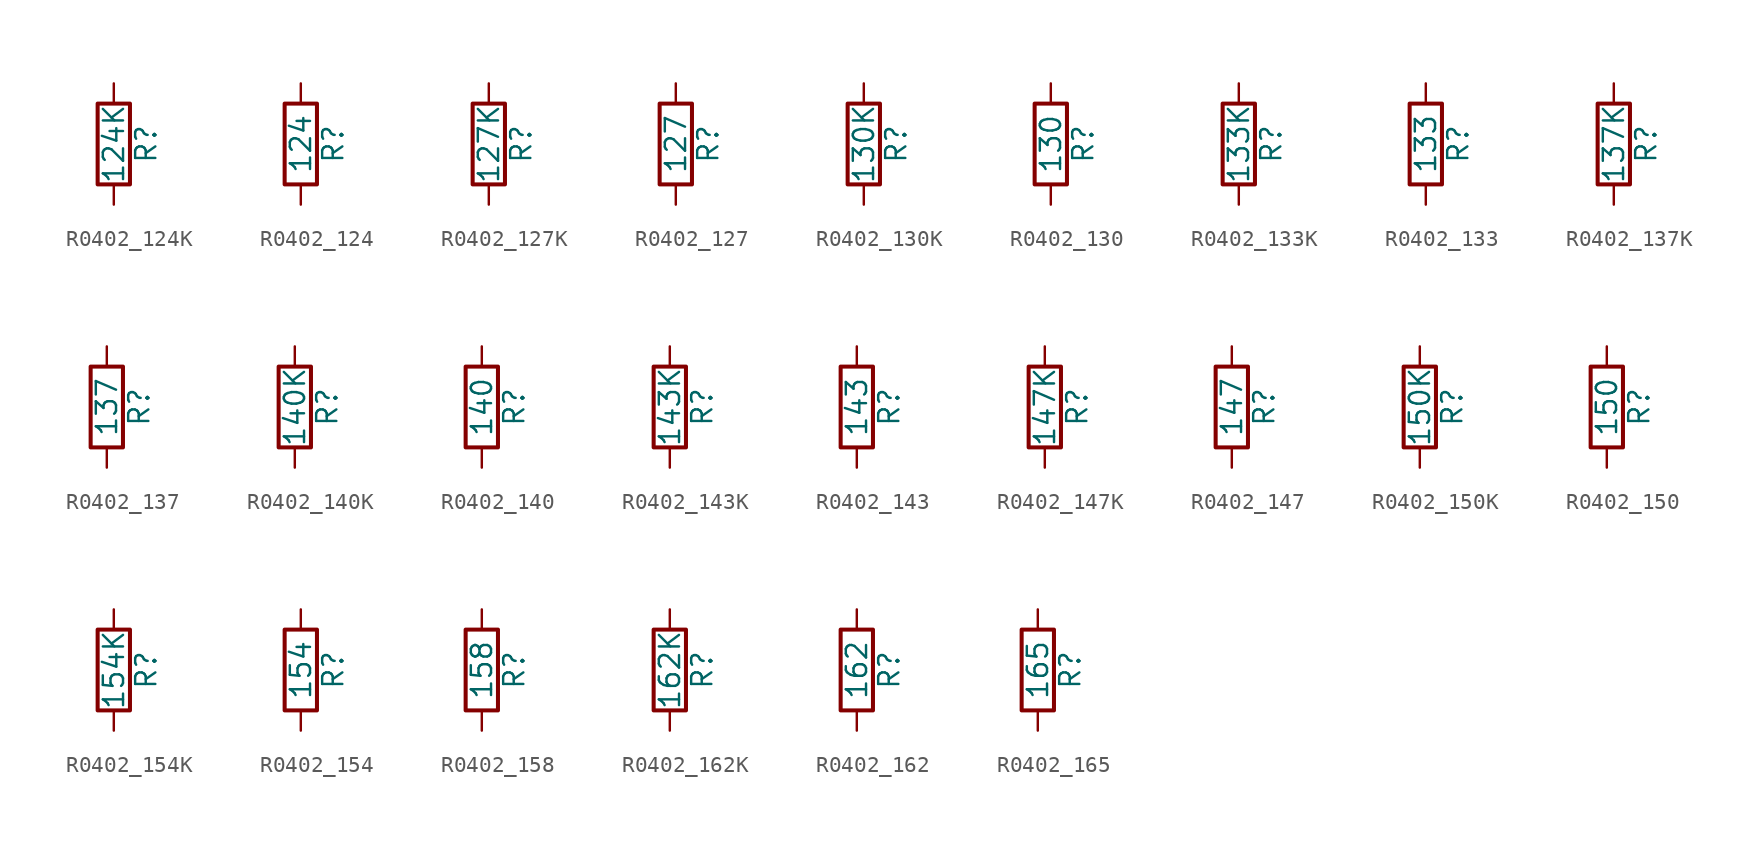
<source format=kicad_sym>
(kicad_symbol_lib
  (version 20211014)
  (generator atlantix-eda)
  (symbol "R0402_124K"
    (pin_numbers hide)
    (pin_names
      (offset 0))
    (property "Reference" "R"
      (at 2.032 0 90)
      (effects (font (size 1.27 1.27))))
    (property "Value" "124K"
      (at 0 0 90)
      (effects (font (size 1.27 1.27))))
    (symbol "R0402_124K_0_1"
      (rectangle (start -1.016 -2.54) (end 1.016 2.54) (stroke (width 0.254) (type default) (color 0 0 0 0)) (fill (type none))))
    (symbol "R0402_124K_1_1"
      (pin passive line (at 0 3.81 270) (length 1.27) (name "~" (effects (font (size 1.27 1.27)))) (number "1" (effects (font (size 1.27 1.27)))))
      (pin passive line (at 0 -3.81 90) (length 1.27) (name "~" (effects (font (size 1.27 1.27)))) (number "2" (effects (font (size 1.27 1.27)))))))
  (symbol "R0402_124"
    (pin_numbers hide)
    (pin_names
      (offset 0))
    (property "Reference" "R"
      (at 2.032 0 90)
      (effects (font (size 1.27 1.27))))
    (property "Value" "124"
      (at 0 0 90)
      (effects (font (size 1.27 1.27))))
    (symbol "R0402_124_0_1"
      (rectangle (start -1.016 -2.54) (end 1.016 2.54) (stroke (width 0.254) (type default) (color 0 0 0 0)) (fill (type none))))
    (symbol "R0402_124_1_1"
      (pin passive line (at 0 3.81 270) (length 1.27) (name "~" (effects (font (size 1.27 1.27)))) (number "1" (effects (font (size 1.27 1.27)))))
      (pin passive line (at 0 -3.81 90) (length 1.27) (name "~" (effects (font (size 1.27 1.27)))) (number "2" (effects (font (size 1.27 1.27)))))))
  (symbol "R0402_127K"
    (pin_numbers hide)
    (pin_names
      (offset 0))
    (property "Reference" "R"
      (at 2.032 0 90)
      (effects (font (size 1.27 1.27))))
    (property "Value" "127K"
      (at 0 0 90)
      (effects (font (size 1.27 1.27))))
    (symbol "R0402_127K_0_1"
      (rectangle (start -1.016 -2.54) (end 1.016 2.54) (stroke (width 0.254) (type default) (color 0 0 0 0)) (fill (type none))))
    (symbol "R0402_127K_1_1"
      (pin passive line (at 0 3.81 270) (length 1.27) (name "~" (effects (font (size 1.27 1.27)))) (number "1" (effects (font (size 1.27 1.27)))))
      (pin passive line (at 0 -3.81 90) (length 1.27) (name "~" (effects (font (size 1.27 1.27)))) (number "2" (effects (font (size 1.27 1.27)))))))
  (symbol "R0402_127"
    (pin_numbers hide)
    (pin_names
      (offset 0))
    (property "Reference" "R"
      (at 2.032 0 90)
      (effects (font (size 1.27 1.27))))
    (property "Value" "127"
      (at 0 0 90)
      (effects (font (size 1.27 1.27))))
    (symbol "R0402_127_0_1"
      (rectangle (start -1.016 -2.54) (end 1.016 2.54) (stroke (width 0.254) (type default) (color 0 0 0 0)) (fill (type none))))
    (symbol "R0402_127_1_1"
      (pin passive line (at 0 3.81 270) (length 1.27) (name "~" (effects (font (size 1.27 1.27)))) (number "1" (effects (font (size 1.27 1.27)))))
      (pin passive line (at 0 -3.81 90) (length 1.27) (name "~" (effects (font (size 1.27 1.27)))) (number "2" (effects (font (size 1.27 1.27)))))))
  (symbol "R0402_130K"
    (pin_numbers hide)
    (pin_names
      (offset 0))
    (property "Reference" "R"
      (at 2.032 0 90)
      (effects (font (size 1.27 1.27))))
    (property "Value" "130K"
      (at 0 0 90)
      (effects (font (size 1.27 1.27))))
    (symbol "R0402_130K_0_1"
      (rectangle (start -1.016 -2.54) (end 1.016 2.54) (stroke (width 0.254) (type default) (color 0 0 0 0)) (fill (type none))))
    (symbol "R0402_130K_1_1"
      (pin passive line (at 0 3.81 270) (length 1.27) (name "~" (effects (font (size 1.27 1.27)))) (number "1" (effects (font (size 1.27 1.27)))))
      (pin passive line (at 0 -3.81 90) (length 1.27) (name "~" (effects (font (size 1.27 1.27)))) (number "2" (effects (font (size 1.27 1.27)))))))
  (symbol "R0402_130"
    (pin_numbers hide)
    (pin_names
      (offset 0))
    (property "Reference" "R"
      (at 2.032 0 90)
      (effects (font (size 1.27 1.27))))
    (property "Value" "130"
      (at 0 0 90)
      (effects (font (size 1.27 1.27))))
    (symbol "R0402_130_0_1"
      (rectangle (start -1.016 -2.54) (end 1.016 2.54) (stroke (width 0.254) (type default) (color 0 0 0 0)) (fill (type none))))
    (symbol "R0402_130_1_1"
      (pin passive line (at 0 3.81 270) (length 1.27) (name "~" (effects (font (size 1.27 1.27)))) (number "1" (effects (font (size 1.27 1.27)))))
      (pin passive line (at 0 -3.81 90) (length 1.27) (name "~" (effects (font (size 1.27 1.27)))) (number "2" (effects (font (size 1.27 1.27)))))))
  (symbol "R0402_133K"
    (pin_numbers hide)
    (pin_names
      (offset 0))
    (property "Reference" "R"
      (at 2.032 0 90)
      (effects (font (size 1.27 1.27))))
    (property "Value" "133K"
      (at 0 0 90)
      (effects (font (size 1.27 1.27))))
    (symbol "R0402_133K_0_1"
      (rectangle (start -1.016 -2.54) (end 1.016 2.54) (stroke (width 0.254) (type default) (color 0 0 0 0)) (fill (type none))))
    (symbol "R0402_133K_1_1"
      (pin passive line (at 0 3.81 270) (length 1.27) (name "~" (effects (font (size 1.27 1.27)))) (number "1" (effects (font (size 1.27 1.27)))))
      (pin passive line (at 0 -3.81 90) (length 1.27) (name "~" (effects (font (size 1.27 1.27)))) (number "2" (effects (font (size 1.27 1.27)))))))
  (symbol "R0402_133"
    (pin_numbers hide)
    (pin_names
      (offset 0))
    (property "Reference" "R"
      (at 2.032 0 90)
      (effects (font (size 1.27 1.27))))
    (property "Value" "133"
      (at 0 0 90)
      (effects (font (size 1.27 1.27))))
    (symbol "R0402_133_0_1"
      (rectangle (start -1.016 -2.54) (end 1.016 2.54) (stroke (width 0.254) (type default) (color 0 0 0 0)) (fill (type none))))
    (symbol "R0402_133_1_1"
      (pin passive line (at 0 3.81 270) (length 1.27) (name "~" (effects (font (size 1.27 1.27)))) (number "1" (effects (font (size 1.27 1.27)))))
      (pin passive line (at 0 -3.81 90) (length 1.27) (name "~" (effects (font (size 1.27 1.27)))) (number "2" (effects (font (size 1.27 1.27)))))))
  (symbol "R0402_137K"
    (pin_numbers hide)
    (pin_names
      (offset 0))
    (property "Reference" "R"
      (at 2.032 0 90)
      (effects (font (size 1.27 1.27))))
    (property "Value" "137K"
      (at 0 0 90)
      (effects (font (size 1.27 1.27))))
    (symbol "R0402_137K_0_1"
      (rectangle (start -1.016 -2.54) (end 1.016 2.54) (stroke (width 0.254) (type default) (color 0 0 0 0)) (fill (type none))))
    (symbol "R0402_137K_1_1"
      (pin passive line (at 0 3.81 270) (length 1.27) (name "~" (effects (font (size 1.27 1.27)))) (number "1" (effects (font (size 1.27 1.27)))))
      (pin passive line (at 0 -3.81 90) (length 1.27) (name "~" (effects (font (size 1.27 1.27)))) (number "2" (effects (font (size 1.27 1.27)))))))
  (symbol "R0402_137"
    (pin_numbers hide)
    (pin_names
      (offset 0))
    (property "Reference" "R"
      (at 2.032 0 90)
      (effects (font (size 1.27 1.27))))
    (property "Value" "137"
      (at 0 0 90)
      (effects (font (size 1.27 1.27))))
    (symbol "R0402_137_0_1"
      (rectangle (start -1.016 -2.54) (end 1.016 2.54) (stroke (width 0.254) (type default) (color 0 0 0 0)) (fill (type none))))
    (symbol "R0402_137_1_1"
      (pin passive line (at 0 3.81 270) (length 1.27) (name "~" (effects (font (size 1.27 1.27)))) (number "1" (effects (font (size 1.27 1.27)))))
      (pin passive line (at 0 -3.81 90) (length 1.27) (name "~" (effects (font (size 1.27 1.27)))) (number "2" (effects (font (size 1.27 1.27)))))))
  (symbol "R0402_140K"
    (pin_numbers hide)
    (pin_names
      (offset 0))
    (property "Reference" "R"
      (at 2.032 0 90)
      (effects (font (size 1.27 1.27))))
    (property "Value" "140K"
      (at 0 0 90)
      (effects (font (size 1.27 1.27))))
    (symbol "R0402_140K_0_1"
      (rectangle (start -1.016 -2.54) (end 1.016 2.54) (stroke (width 0.254) (type default) (color 0 0 0 0)) (fill (type none))))
    (symbol "R0402_140K_1_1"
      (pin passive line (at 0 3.81 270) (length 1.27) (name "~" (effects (font (size 1.27 1.27)))) (number "1" (effects (font (size 1.27 1.27)))))
      (pin passive line (at 0 -3.81 90) (length 1.27) (name "~" (effects (font (size 1.27 1.27)))) (number "2" (effects (font (size 1.27 1.27)))))))
  (symbol "R0402_140"
    (pin_numbers hide)
    (pin_names
      (offset 0))
    (property "Reference" "R"
      (at 2.032 0 90)
      (effects (font (size 1.27 1.27))))
    (property "Value" "140"
      (at 0 0 90)
      (effects (font (size 1.27 1.27))))
    (symbol "R0402_140_0_1"
      (rectangle (start -1.016 -2.54) (end 1.016 2.54) (stroke (width 0.254) (type default) (color 0 0 0 0)) (fill (type none))))
    (symbol "R0402_140_1_1"
      (pin passive line (at 0 3.81 270) (length 1.27) (name "~" (effects (font (size 1.27 1.27)))) (number "1" (effects (font (size 1.27 1.27)))))
      (pin passive line (at 0 -3.81 90) (length 1.27) (name "~" (effects (font (size 1.27 1.27)))) (number "2" (effects (font (size 1.27 1.27)))))))
  (symbol "R0402_143K"
    (pin_numbers hide)
    (pin_names
      (offset 0))
    (property "Reference" "R"
      (at 2.032 0 90)
      (effects (font (size 1.27 1.27))))
    (property "Value" "143K"
      (at 0 0 90)
      (effects (font (size 1.27 1.27))))
    (symbol "R0402_143K_0_1"
      (rectangle (start -1.016 -2.54) (end 1.016 2.54) (stroke (width 0.254) (type default) (color 0 0 0 0)) (fill (type none))))
    (symbol "R0402_143K_1_1"
      (pin passive line (at 0 3.81 270) (length 1.27) (name "~" (effects (font (size 1.27 1.27)))) (number "1" (effects (font (size 1.27 1.27)))))
      (pin passive line (at 0 -3.81 90) (length 1.27) (name "~" (effects (font (size 1.27 1.27)))) (number "2" (effects (font (size 1.27 1.27)))))))
  (symbol "R0402_143"
    (pin_numbers hide)
    (pin_names
      (offset 0))
    (property "Reference" "R"
      (at 2.032 0 90)
      (effects (font (size 1.27 1.27))))
    (property "Value" "143"
      (at 0 0 90)
      (effects (font (size 1.27 1.27))))
    (symbol "R0402_143_0_1"
      (rectangle (start -1.016 -2.54) (end 1.016 2.54) (stroke (width 0.254) (type default) (color 0 0 0 0)) (fill (type none))))
    (symbol "R0402_143_1_1"
      (pin passive line (at 0 3.81 270) (length 1.27) (name "~" (effects (font (size 1.27 1.27)))) (number "1" (effects (font (size 1.27 1.27)))))
      (pin passive line (at 0 -3.81 90) (length 1.27) (name "~" (effects (font (size 1.27 1.27)))) (number "2" (effects (font (size 1.27 1.27)))))))
  (symbol "R0402_147K"
    (pin_numbers hide)
    (pin_names
      (offset 0))
    (property "Reference" "R"
      (at 2.032 0 90)
      (effects (font (size 1.27 1.27))))
    (property "Value" "147K"
      (at 0 0 90)
      (effects (font (size 1.27 1.27))))
    (symbol "R0402_147K_0_1"
      (rectangle (start -1.016 -2.54) (end 1.016 2.54) (stroke (width 0.254) (type default) (color 0 0 0 0)) (fill (type none))))
    (symbol "R0402_147K_1_1"
      (pin passive line (at 0 3.81 270) (length 1.27) (name "~" (effects (font (size 1.27 1.27)))) (number "1" (effects (font (size 1.27 1.27)))))
      (pin passive line (at 0 -3.81 90) (length 1.27) (name "~" (effects (font (size 1.27 1.27)))) (number "2" (effects (font (size 1.27 1.27)))))))
  (symbol "R0402_147"
    (pin_numbers hide)
    (pin_names
      (offset 0))
    (property "Reference" "R"
      (at 2.032 0 90)
      (effects (font (size 1.27 1.27))))
    (property "Value" "147"
      (at 0 0 90)
      (effects (font (size 1.27 1.27))))
    (symbol "R0402_147_0_1"
      (rectangle (start -1.016 -2.54) (end 1.016 2.54) (stroke (width 0.254) (type default) (color 0 0 0 0)) (fill (type none))))
    (symbol "R0402_147_1_1"
      (pin passive line (at 0 3.81 270) (length 1.27) (name "~" (effects (font (size 1.27 1.27)))) (number "1" (effects (font (size 1.27 1.27)))))
      (pin passive line (at 0 -3.81 90) (length 1.27) (name "~" (effects (font (size 1.27 1.27)))) (number "2" (effects (font (size 1.27 1.27)))))))
  (symbol "R0402_150K"
    (pin_numbers hide)
    (pin_names
      (offset 0))
    (property "Reference" "R"
      (at 2.032 0 90)
      (effects (font (size 1.27 1.27))))
    (property "Value" "150K"
      (at 0 0 90)
      (effects (font (size 1.27 1.27))))
    (symbol "R0402_150K_0_1"
      (rectangle (start -1.016 -2.54) (end 1.016 2.54) (stroke (width 0.254) (type default) (color 0 0 0 0)) (fill (type none))))
    (symbol "R0402_150K_1_1"
      (pin passive line (at 0 3.81 270) (length 1.27) (name "~" (effects (font (size 1.27 1.27)))) (number "1" (effects (font (size 1.27 1.27)))))
      (pin passive line (at 0 -3.81 90) (length 1.27) (name "~" (effects (font (size 1.27 1.27)))) (number "2" (effects (font (size 1.27 1.27)))))))
  (symbol "R0402_150"
    (pin_numbers hide)
    (pin_names
      (offset 0))
    (property "Reference" "R"
      (at 2.032 0 90)
      (effects (font (size 1.27 1.27))))
    (property "Value" "150"
      (at 0 0 90)
      (effects (font (size 1.27 1.27))))
    (symbol "R0402_150_0_1"
      (rectangle (start -1.016 -2.54) (end 1.016 2.54) (stroke (width 0.254) (type default) (color 0 0 0 0)) (fill (type none))))
    (symbol "R0402_150_1_1"
      (pin passive line (at 0 3.81 270) (length 1.27) (name "~" (effects (font (size 1.27 1.27)))) (number "1" (effects (font (size 1.27 1.27)))))
      (pin passive line (at 0 -3.81 90) (length 1.27) (name "~" (effects (font (size 1.27 1.27)))) (number "2" (effects (font (size 1.27 1.27)))))))
  (symbol "R0402_154K"
    (pin_numbers hide)
    (pin_names
      (offset 0))
    (property "Reference" "R"
      (at 2.032 0 90)
      (effects (font (size 1.27 1.27))))
    (property "Value" "154K"
      (at 0 0 90)
      (effects (font (size 1.27 1.27))))
    (symbol "R0402_154K_0_1"
      (rectangle (start -1.016 -2.54) (end 1.016 2.54) (stroke (width 0.254) (type default) (color 0 0 0 0)) (fill (type none))))
    (symbol "R0402_154K_1_1"
      (pin passive line (at 0 3.81 270) (length 1.27) (name "~" (effects (font (size 1.27 1.27)))) (number "1" (effects (font (size 1.27 1.27)))))
      (pin passive line (at 0 -3.81 90) (length 1.27) (name "~" (effects (font (size 1.27 1.27)))) (number "2" (effects (font (size 1.27 1.27)))))))
  (symbol "R0402_154"
    (pin_numbers hide)
    (pin_names
      (offset 0))
    (property "Reference" "R"
      (at 2.032 0 90)
      (effects (font (size 1.27 1.27))))
    (property "Value" "154"
      (at 0 0 90)
      (effects (font (size 1.27 1.27))))
    (symbol "R0402_154_0_1"
      (rectangle (start -1.016 -2.54) (end 1.016 2.54) (stroke (width 0.254) (type default) (color 0 0 0 0)) (fill (type none))))
    (symbol "R0402_154_1_1"
      (pin passive line (at 0 3.81 270) (length 1.27) (name "~" (effects (font (size 1.27 1.27)))) (number "1" (effects (font (size 1.27 1.27)))))
      (pin passive line (at 0 -3.81 90) (length 1.27) (name "~" (effects (font (size 1.27 1.27)))) (number "2" (effects (font (size 1.27 1.27)))))))
  (symbol "R0402_158"
    (pin_numbers hide)
    (pin_names
      (offset 0))
    (property "Reference" "R"
      (at 2.032 0 90)
      (effects (font (size 1.27 1.27))))
    (property "Value" "158"
      (at 0 0 90)
      (effects (font (size 1.27 1.27))))
    (symbol "R0402_158_0_1"
      (rectangle (start -1.016 -2.54) (end 1.016 2.54) (stroke (width 0.254) (type default) (color 0 0 0 0)) (fill (type none))))
    (symbol "R0402_158_1_1"
      (pin passive line (at 0 3.81 270) (length 1.27) (name "~" (effects (font (size 1.27 1.27)))) (number "1" (effects (font (size 1.27 1.27)))))
      (pin passive line (at 0 -3.81 90) (length 1.27) (name "~" (effects (font (size 1.27 1.27)))) (number "2" (effects (font (size 1.27 1.27)))))))
  (symbol "R0402_162K"
    (pin_numbers hide)
    (pin_names
      (offset 0))
    (property "Reference" "R"
      (at 2.032 0 90)
      (effects (font (size 1.27 1.27))))
    (property "Value" "162K"
      (at 0 0 90)
      (effects (font (size 1.27 1.27))))
    (symbol "R0402_162K_0_1"
      (rectangle (start -1.016 -2.54) (end 1.016 2.54) (stroke (width 0.254) (type default) (color 0 0 0 0)) (fill (type none))))
    (symbol "R0402_162K_1_1"
      (pin passive line (at 0 3.81 270) (length 1.27) (name "~" (effects (font (size 1.27 1.27)))) (number "1" (effects (font (size 1.27 1.27)))))
      (pin passive line (at 0 -3.81 90) (length 1.27) (name "~" (effects (font (size 1.27 1.27)))) (number "2" (effects (font (size 1.27 1.27)))))))
  (symbol "R0402_162"
    (pin_numbers hide)
    (pin_names
      (offset 0))
    (property "Reference" "R"
      (at 2.032 0 90)
      (effects (font (size 1.27 1.27))))
    (property "Value" "162"
      (at 0 0 90)
      (effects (font (size 1.27 1.27))))
    (symbol "R0402_162_0_1"
      (rectangle (start -1.016 -2.54) (end 1.016 2.54) (stroke (width 0.254) (type default) (color 0 0 0 0)) (fill (type none))))
    (symbol "R0402_162_1_1"
      (pin passive line (at 0 3.81 270) (length 1.27) (name "~" (effects (font (size 1.27 1.27)))) (number "1" (effects (font (size 1.27 1.27)))))
      (pin passive line (at 0 -3.81 90) (length 1.27) (name "~" (effects (font (size 1.27 1.27)))) (number "2" (effects (font (size 1.27 1.27)))))))
  (symbol "R0402_165"
    (pin_numbers hide)
    (pin_names
      (offset 0))
    (property "Reference" "R"
      (at 2.032 0 90)
      (effects (font (size 1.27 1.27))))
    (property "Value" "165"
      (at 0 0 90)
      (effects (font (size 1.27 1.27))))
    (symbol "R0402_165_0_1"
      (rectangle (start -1.016 -2.54) (end 1.016 2.54) (stroke (width 0.254) (type default) (color 0 0 0 0)) (fill (type none))))
    (symbol "R0402_165_1_1"
      (pin passive line (at 0 3.81 270) (length 1.27) (name "~" (effects (font (size 1.27 1.27)))) (number "1" (effects (font (size 1.27 1.27)))))
      (pin passive line (at 0 -3.81 90) (length 1.27) (name "~" (effects (font (size 1.27 1.27)))) (number "2" (effects (font (size 1.27 1.27))))))))
</source>
